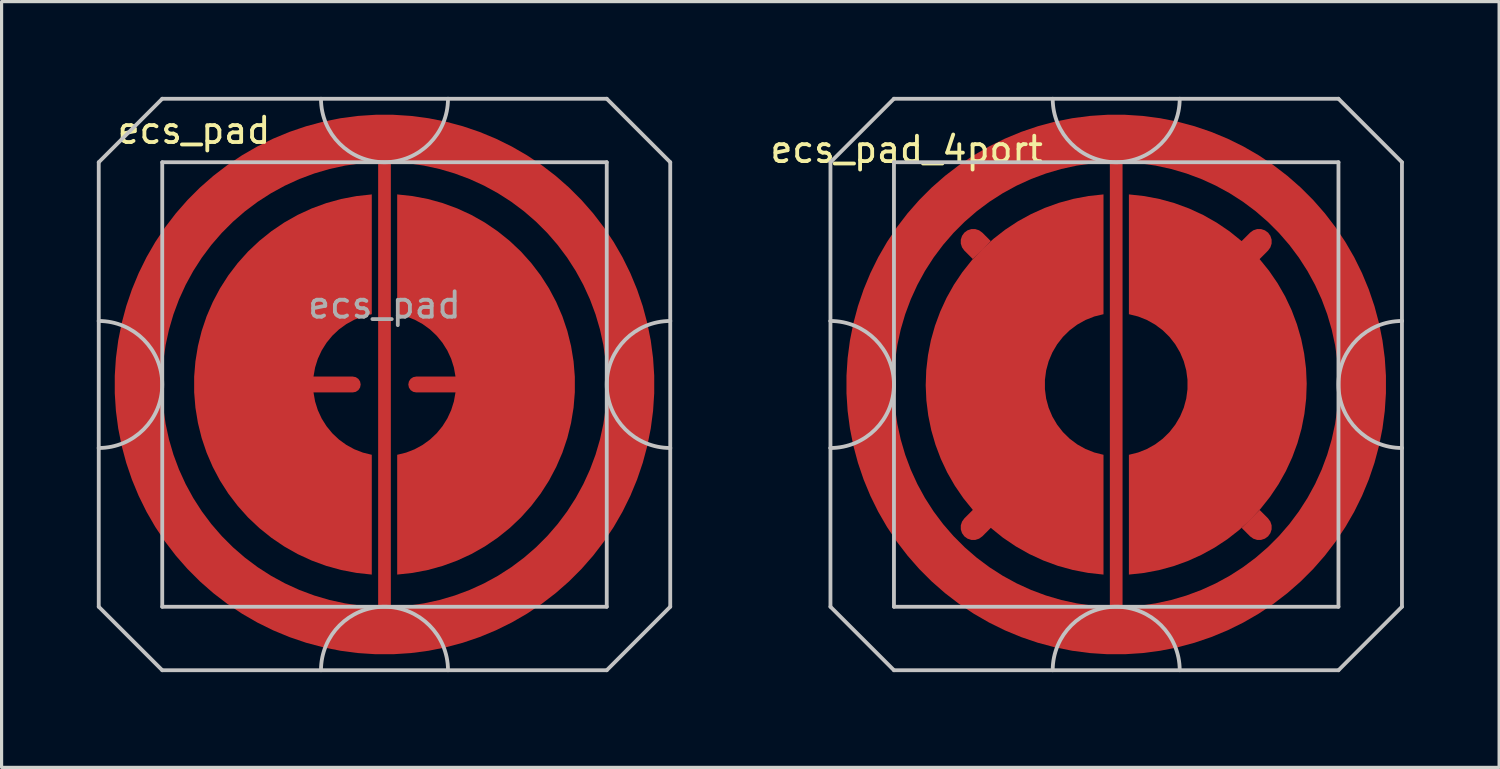
<source format=kicad_pcb>
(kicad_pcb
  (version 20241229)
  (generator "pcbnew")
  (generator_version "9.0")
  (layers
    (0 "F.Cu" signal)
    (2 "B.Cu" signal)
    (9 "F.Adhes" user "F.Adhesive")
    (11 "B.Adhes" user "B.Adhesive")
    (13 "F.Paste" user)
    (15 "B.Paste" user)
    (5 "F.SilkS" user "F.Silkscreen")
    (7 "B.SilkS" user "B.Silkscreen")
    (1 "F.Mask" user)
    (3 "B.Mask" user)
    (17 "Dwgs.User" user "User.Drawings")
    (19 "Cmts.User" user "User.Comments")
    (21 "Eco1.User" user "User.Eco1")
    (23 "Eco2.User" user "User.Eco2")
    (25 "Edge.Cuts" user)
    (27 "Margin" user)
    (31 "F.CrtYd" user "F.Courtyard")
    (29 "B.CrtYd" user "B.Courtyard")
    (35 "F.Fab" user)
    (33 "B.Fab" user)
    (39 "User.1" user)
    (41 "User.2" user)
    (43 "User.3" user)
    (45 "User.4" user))
  (footprint "ecs_pad"
    (layer "F.Cu")
    (at 9.06 9.06)
    (property "Reference" "ecs_pad" (at -6 -8 0) (layer "F.SilkS") (effects (font (size 0.8 0.8) (thickness 0.12))))
    (attr smd)
    (fp_line (start -9 -7) (end -9 -2) (stroke (width 0.12) (type solid)) (layer "Dwgs.User"))
    (fp_line (start -9 -2) (end -9 2) (stroke (width 0.12) (type solid)) (layer "Dwgs.User"))
    (fp_line (start -9 2) (end -9 7) (stroke (width 0.12) (type solid)) (layer "Dwgs.User"))
    (fp_line (start -9 7) (end -7 9) (stroke (width 0.12) (type solid)) (layer "Dwgs.User"))
    (fp_line (start -7 -9) (end -9 -7) (stroke (width 0.12) (type solid)) (layer "Dwgs.User"))
    (fp_line (start -7 -7) (end -7 7) (stroke (width 0.12) (type solid)) (layer "Dwgs.User"))
    (fp_line (start -7 7) (end 7 7) (stroke (width 0.12) (type solid)) (layer "Dwgs.User"))
    (fp_line (start -7 9) (end 7 9) (stroke (width 0.12) (type solid)) (layer "Dwgs.User"))
    (fp_line (start 7 -9) (end -7 -9) (stroke (width 0.12) (type solid)) (layer "Dwgs.User"))
    (fp_line (start 7 -9) (end 9 -7) (stroke (width 0.12) (type solid)) (layer "Dwgs.User"))
    (fp_line (start 7 -7) (end -7 -7) (stroke (width 0.12) (type solid)) (layer "Dwgs.User"))
    (fp_line (start 7 7) (end 7 -7) (stroke (width 0.12) (type solid)) (layer "Dwgs.User"))
    (fp_line (start 7 9) (end 9 7) (stroke (width 0.12) (type solid)) (layer "Dwgs.User"))
    (fp_line (start 9 -2) (end 9 -7) (stroke (width 0.12) (type solid)) (layer "Dwgs.User"))
    (fp_line (start 9 -2) (end 9 2) (stroke (width 0.12) (type solid)) (layer "Dwgs.User"))
    (fp_line (start 9 7) (end 9 2) (stroke (width 0.12) (type solid)) (layer "Dwgs.User"))
    (fp_arc (start -9 -2) (mid -7 0) (end -9 2) (stroke (width 0.12) (type solid)) (layer "Dwgs.User"))
    (fp_arc (start -2 9) (mid 0 7) (end 2 9) (stroke (width 0.12) (type solid)) (layer "Dwgs.User"))
    (fp_arc (start 2 -9) (mid 0 -7) (end -2 -9) (stroke (width 0.12) (type solid)) (layer "Dwgs.User"))
    (fp_arc (start 9 2) (mid 7 0) (end 9 -2) (stroke (width 0.12) (type solid)) (layer "Dwgs.User"))
    (fp_text user "${REFERENCE}" (at 0 -2.5 0) (layer "F.Fab") (effects (font (size 0.8 0.8) (thickness 0.12))))
    (pad "1" smd custom (at -1 0) (size 0.4 0.4) (layers "F.Cu") (options (anchor circle)) (primitives (gr_poly (pts (xy 0 -0.25) (xy 0.096 -0.231) (xy 0.177 -0.177) (xy 0.231 -0.096) (xy 0.25 0) (xy 0.231 0.096) (xy 0.177 0.177) (xy 0.096 0.231) (xy 0 0.25) (xy -1.236 0.25) (xy -1.186 0.534) (xy -1.1 0.808) (xy -0.979 1.07) (xy -0.826 1.314) (xy -0.644 1.536) (xy -0.434 1.734) (xy -0.201 1.903) (xy 0.052 2.041) (xy 0.32 2.145) (xy 0.6 2.214) (xy 0.6 5.987) (xy 0.115 5.934) (xy -0.364 5.843) (xy -0.834 5.713) (xy -1.292 5.545) (xy -1.735 5.341) (xy -2.159 5.101) (xy -2.563 4.827) (xy -2.943 4.522) (xy -3.298 4.187) (xy -3.623 3.824) (xy -3.919 3.436) (xy -4.182 3.025) (xy -4.41 2.594) (xy -4.603 2.147) (xy -4.759 1.684) (xy -4.876 1.211) (xy -4.955 0.73) (xy -4.995 0.244) (xy -4.995 -0.244) (xy -4.955 -0.73) (xy -4.876 -1.211) (xy -4.759 -1.684) (xy -4.603 -2.147) (xy -4.41 -2.594) (xy -4.182 -3.025) (xy -3.919 -3.436) (xy -3.623 -3.824) (xy -3.298 -4.187) (xy -2.943 -4.522) (xy -2.563 -4.827) (xy -2.159 -5.101) (xy -1.735 -5.341) (xy -1.292 -5.545) (xy -0.834 -5.713) (xy -0.364 -5.843) (xy 0.115 -5.934) (xy 0.6 -5.987) (xy 0.6 -2.214) (xy 0.32 -2.145) (xy 0.052 -2.041) (xy -0.201 -1.903) (xy -0.434 -1.734) (xy -0.644 -1.536) (xy -0.826 -1.314) (xy -0.979 -1.07) (xy -1.1 -0.808) (xy -1.186 -0.534) (xy -1.236 -0.25)) (width 0) (fill yes))))
    (pad "2" smd custom (at 1 0 180) (size 0.4 0.4) (layers "F.Cu") (options (anchor circle)) (primitives (gr_poly (pts (xy 0 -0.25) (xy 0.096 -0.231) (xy 0.177 -0.177) (xy 0.231 -0.096) (xy 0.25 0) (xy 0.231 0.096) (xy 0.177 0.177) (xy 0.096 0.231) (xy 0 0.25) (xy -1.236 0.25) (xy -1.186 0.534) (xy -1.1 0.808) (xy -0.979 1.07) (xy -0.826 1.314) (xy -0.644 1.536) (xy -0.434 1.734) (xy -0.201 1.903) (xy 0.052 2.041) (xy 0.32 2.145) (xy 0.6 2.214) (xy 0.6 5.987) (xy 0.115 5.934) (xy -0.364 5.843) (xy -0.834 5.713) (xy -1.292 5.545) (xy -1.735 5.341) (xy -2.159 5.101) (xy -2.563 4.827) (xy -2.943 4.522) (xy -3.298 4.187) (xy -3.623 3.824) (xy -3.919 3.436) (xy -4.182 3.025) (xy -4.41 2.594) (xy -4.603 2.147) (xy -4.759 1.684) (xy -4.876 1.211) (xy -4.955 0.73) (xy -4.995 0.244) (xy -4.995 -0.244) (xy -4.955 -0.73) (xy -4.876 -1.211) (xy -4.759 -1.684) (xy -4.603 -2.147) (xy -4.41 -2.594) (xy -4.182 -3.025) (xy -3.919 -3.436) (xy -3.623 -3.824) (xy -3.298 -4.187) (xy -2.943 -4.522) (xy -2.563 -4.827) (xy -2.159 -5.101) (xy -1.735 -5.341) (xy -1.292 -5.545) (xy -0.834 -5.713) (xy -0.364 -5.843) (xy 0.115 -5.934) (xy 0.6 -5.987) (xy 0.6 -2.214) (xy 0.32 -2.145) (xy 0.052 -2.041) (xy -0.201 -1.903) (xy -0.434 -1.734) (xy -0.644 -1.536) (xy -0.826 -1.314) (xy -0.979 -1.07) (xy -1.1 -0.808) (xy -1.186 -0.534) (xy -1.236 -0.25)) (width 0) (fill yes))))
    (pad "3" smd custom (at 8 0) (size 0.5 0.5) (layers "F.Cu") (options (anchor rect)) (primitives (gr_circle (center -8 0) (end -0.25 0) (width 1.5) (fill no)) (gr_line (start -8 8) (end -8 -8) (width 0.4)))))
  (footprint "ecs_pad_4port"
    (layer "F.Cu")
    (at 32.106 9.06)
    (property "Reference" "ecs_pad_4port" (at -6.6 -7.4 0) (layer "F.SilkS") (effects (font (size 0.8 0.8) (thickness 0.12))))
    (attr smd)
    (fp_line (start -9 -7) (end -9 -2) (stroke (width 0.12) (type solid)) (layer "Dwgs.User"))
    (fp_line (start -9 -2) (end -9 2) (stroke (width 0.12) (type solid)) (layer "Dwgs.User"))
    (fp_line (start -9 2) (end -9 7) (stroke (width 0.12) (type solid)) (layer "Dwgs.User"))
    (fp_line (start -9 7) (end -7 9) (stroke (width 0.12) (type solid)) (layer "Dwgs.User"))
    (fp_line (start -7 -9) (end -9 -7) (stroke (width 0.12) (type solid)) (layer "Dwgs.User"))
    (fp_line (start -7 -7) (end -7 7) (stroke (width 0.12) (type solid)) (layer "Dwgs.User"))
    (fp_line (start -7 7) (end 7 7) (stroke (width 0.12) (type solid)) (layer "Dwgs.User"))
    (fp_line (start -7 9) (end 7 9) (stroke (width 0.12) (type solid)) (layer "Dwgs.User"))
    (fp_line (start 7 -9) (end -7 -9) (stroke (width 0.12) (type solid)) (layer "Dwgs.User"))
    (fp_line (start 7 -9) (end 9 -7) (stroke (width 0.12) (type solid)) (layer "Dwgs.User"))
    (fp_line (start 7 -7) (end -7 -7) (stroke (width 0.12) (type solid)) (layer "Dwgs.User"))
    (fp_line (start 7 7) (end 7 -7) (stroke (width 0.12) (type solid)) (layer "Dwgs.User"))
    (fp_line (start 7 9) (end 9 7) (stroke (width 0.12) (type solid)) (layer "Dwgs.User"))
    (fp_line (start 9 -2) (end 9 -7) (stroke (width 0.12) (type solid)) (layer "Dwgs.User"))
    (fp_line (start 9 -2) (end 9 2) (stroke (width 0.12) (type solid)) (layer "Dwgs.User"))
    (fp_line (start 9 7) (end 9 2) (stroke (width 0.12) (type solid)) (layer "Dwgs.User"))
    (fp_arc (start -9 -2) (mid -7 0) (end -9 2) (stroke (width 0.12) (type solid)) (layer "Dwgs.User"))
    (fp_arc (start -2 9) (mid 0 7) (end 2 9) (stroke (width 0.12) (type solid)) (layer "Dwgs.User"))
    (fp_arc (start 2 -9) (mid 0 -7) (end -2 -9) (stroke (width 0.12) (type solid)) (layer "Dwgs.User"))
    (fp_arc (start 9 2) (mid 7 0) (end 9 -2) (stroke (width 0.12) (type solid)) (layer "Dwgs.User"))
    (pad "1" smd custom (at -4.5 -4.5 270) (size 0.5 0.5) (layers "F.Cu") (options (anchor circle)) (primitives (gr_poly (pts (xy 0.55 0.016) (xy 0.283 0.283) (xy 0.182 0.356) (xy 0.063 0.395) (xy -0.063 0.395) (xy -0.182 0.356) (xy -0.283 0.283) (xy -0.356 0.182) (xy -0.395 0.063) (xy -0.395 -0.063) (xy -0.356 -0.182) (xy -0.283 -0.283) (xy -0.016 -0.55)) (width 0) (fill yes))))
    (pad "1" smd custom (at -4.5 4.5) (size 0.5 0.5) (layers "F.Cu") (options (anchor circle)) (primitives (gr_poly (pts (xy 3.614 1.434) (xy 3.134 1.342) (xy 2.663 1.212) (xy 2.204 1.043) (xy 1.76 0.838) (xy 1.335 0.597) (xy 0.93 0.323) (xy 0.55 0.016) (xy 0.283 0.283) (xy 0.182 0.356) (xy 0.063 0.395) (xy -0.063 0.395) (xy -0.182 0.356) (xy -0.283 0.283) (xy -0.356 0.182) (xy -0.395 0.063) (xy -0.395 -0.063) (xy -0.356 -0.182) (xy -0.283 -0.283) (xy -0.016 -0.55) (xy -0.315 -0.92) (xy -0.584 -1.313) (xy -0.821 -1.726) (xy -1.024 -2.157) (xy -1.192 -2.603) (xy -1.325 -3.06) (xy -1.42 -3.526) (xy -1.479 -3.999) (xy -1.5 -4.475) (xy -1.483 -4.95) (xy -1.428 -5.423) (xy -1.337 -5.891) (xy -1.208 -6.349) (xy -1.043 -6.796) (xy -0.844 -7.228) (xy -0.611 -7.643) (xy -0.345 -8.039) (xy -0.049 -8.412) (xy 0.275 -8.76) (xy 0.626 -9.082) (xy 1.002 -9.375) (xy 1.4 -9.637) (xy 1.817 -9.866) (xy 2.251 -10.062) (xy 2.699 -10.223) (xy 3.158 -10.348) (xy 3.626 -10.436) (xy 4.1 -10.487) (xy 4.1 -6.714) (xy 3.811 -6.642) (xy 3.534 -6.532) (xy 3.273 -6.386) (xy 3.035 -6.208) (xy 2.822 -5.999) (xy 2.639 -5.764) (xy 2.488 -5.507) (xy 2.372 -5.232) (xy 2.294 -4.944) (xy 2.255 -4.649) (xy 2.255 -4.351) (xy 2.294 -4.055) (xy 2.372 -3.768) (xy 2.488 -3.493) (xy 2.639 -3.236) (xy 2.822 -3.001) (xy 3.035 -2.792) (xy 3.273 -2.614) (xy 3.534 -2.468) (xy 3.811 -2.358) (xy 4.1 -2.286) (xy 4.1 1.487)) (width 0) (fill yes))))
    (pad "2" smd custom (at 4.5 -4.5 180) (size 0.5 0.5) (layers "F.Cu") (options (anchor circle)) (primitives (gr_poly (pts (xy 3.614 1.434) (xy 3.134 1.342) (xy 2.663 1.212) (xy 2.204 1.043) (xy 1.76 0.838) (xy 1.335 0.597) (xy 0.93 0.323) (xy 0.55 0.016) (xy 0.283 0.283) (xy 0.182 0.356) (xy 0.063 0.395) (xy -0.063 0.395) (xy -0.182 0.356) (xy -0.283 0.283) (xy -0.356 0.182) (xy -0.395 0.063) (xy -0.395 -0.063) (xy -0.356 -0.182) (xy -0.283 -0.283) (xy -0.016 -0.55) (xy -0.315 -0.92) (xy -0.584 -1.313) (xy -0.821 -1.726) (xy -1.024 -2.157) (xy -1.192 -2.603) (xy -1.325 -3.06) (xy -1.42 -3.526) (xy -1.479 -3.999) (xy -1.5 -4.475) (xy -1.483 -4.95) (xy -1.428 -5.423) (xy -1.337 -5.891) (xy -1.208 -6.349) (xy -1.043 -6.796) (xy -0.844 -7.228) (xy -0.611 -7.643) (xy -0.345 -8.039) (xy -0.049 -8.412) (xy 0.275 -8.76) (xy 0.626 -9.082) (xy 1.002 -9.375) (xy 1.4 -9.637) (xy 1.817 -9.866) (xy 2.251 -10.062) (xy 2.699 -10.223) (xy 3.158 -10.348) (xy 3.626 -10.436) (xy 4.1 -10.487) (xy 4.1 -6.714) (xy 3.811 -6.642) (xy 3.534 -6.532) (xy 3.273 -6.386) (xy 3.035 -6.208) (xy 2.822 -5.999) (xy 2.639 -5.764) (xy 2.488 -5.507) (xy 2.372 -5.232) (xy 2.294 -4.944) (xy 2.255 -4.649) (xy 2.255 -4.351) (xy 2.294 -4.055) (xy 2.372 -3.768) (xy 2.488 -3.493) (xy 2.639 -3.236) (xy 2.822 -3.001) (xy 3.035 -2.792) (xy 3.273 -2.614) (xy 3.534 -2.468) (xy 3.811 -2.358) (xy 4.1 -2.286) (xy 4.1 1.487)) (width 0) (fill yes))))
    (pad "2" smd custom (at 4.5 4.5 90) (size 0.5 0.5) (layers "F.Cu") (options (anchor circle)) (primitives (gr_poly (pts (xy 0.55 0.016) (xy 0.283 0.283) (xy 0.182 0.356) (xy 0.063 0.395) (xy -0.063 0.395) (xy -0.182 0.356) (xy -0.283 0.283) (xy -0.356 0.182) (xy -0.395 0.063) (xy -0.395 -0.063) (xy -0.356 -0.182) (xy -0.283 -0.283) (xy -0.016 -0.55)) (width 0) (fill yes))))
    (pad "3" smd custom (at 8 0) (size 0.5 0.5) (layers "F.Cu") (options (anchor rect)) (primitives (gr_circle (center -8 0) (end -0.25 0) (width 1.5) (fill no)) (gr_line (start -8 8) (end -8 -8) (width 0.4)))))
  (gr_rect
    (start -3 -3)
    (end 44.166 21.12)
    (stroke (width 0.1) (type default))
    (fill no)
    (layer "Edge.Cuts")))
</source>
